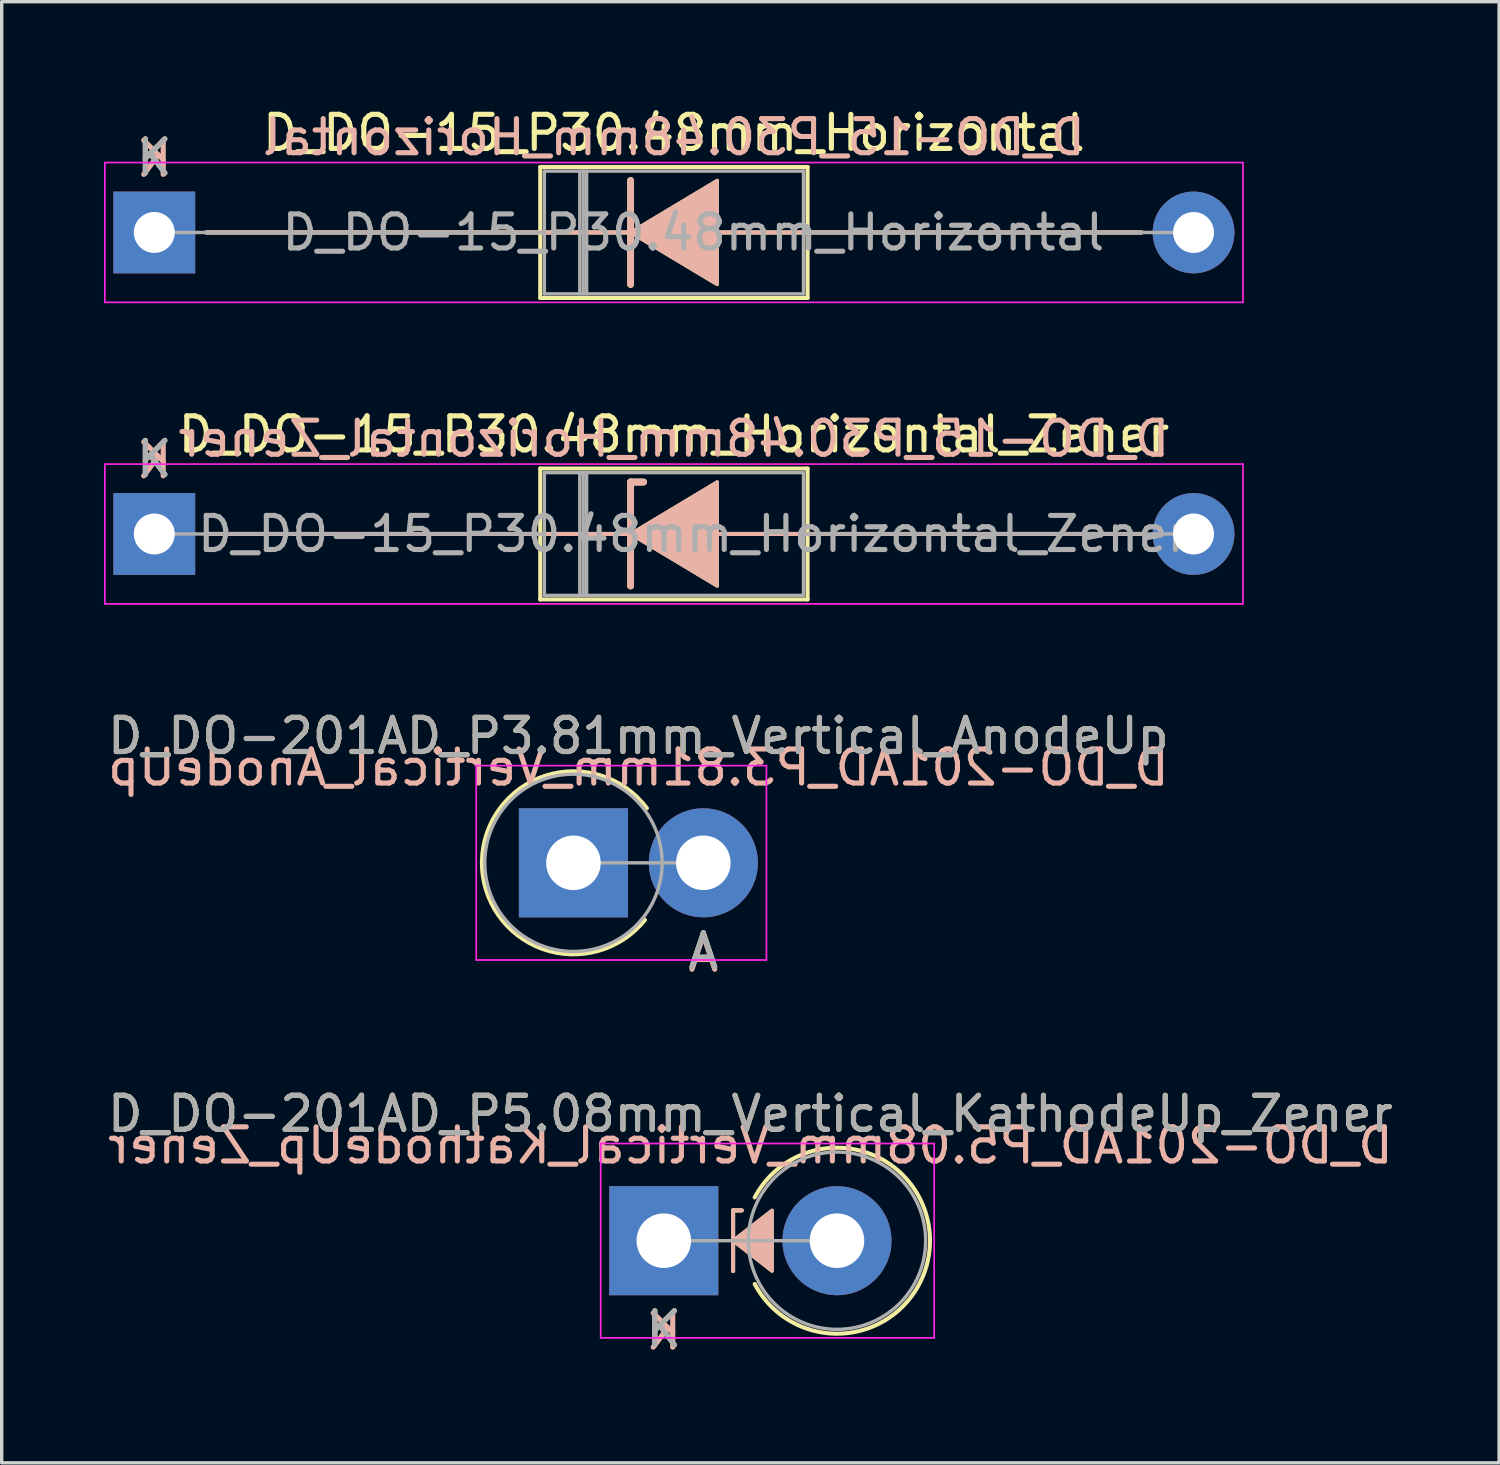
<source format=kicad_pcb>
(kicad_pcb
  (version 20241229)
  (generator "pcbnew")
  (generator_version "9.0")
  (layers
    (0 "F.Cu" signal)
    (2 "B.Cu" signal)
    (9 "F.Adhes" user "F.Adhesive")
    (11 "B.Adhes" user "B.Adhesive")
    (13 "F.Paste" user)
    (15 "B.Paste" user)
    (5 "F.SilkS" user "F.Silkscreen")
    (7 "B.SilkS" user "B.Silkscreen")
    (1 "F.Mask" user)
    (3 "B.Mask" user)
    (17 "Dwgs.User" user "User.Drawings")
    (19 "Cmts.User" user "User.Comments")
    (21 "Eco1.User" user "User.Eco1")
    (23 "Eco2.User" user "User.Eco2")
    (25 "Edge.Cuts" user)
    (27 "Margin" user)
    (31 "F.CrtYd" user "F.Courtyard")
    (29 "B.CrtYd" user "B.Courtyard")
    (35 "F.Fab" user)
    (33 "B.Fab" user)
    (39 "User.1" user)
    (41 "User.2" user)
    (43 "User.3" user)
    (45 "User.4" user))
  (footprint "D_DO-201AD_P3.81mm_Vertical_AnodeUp"
    (layer "F.Cu")
    (at 13.768 22.255)
    (property "Reference" "D_DO-201AD_P3.81mm_Vertical_AnodeUp" (at 1.905 -3.72 0) (layer "F.SilkS") (effects (font (size 1 1) (thickness 0.15))))
    (fp_arc (start 2.096636 1.675386) (mid -2.683382 -0.047582) (end 2.154716 -1.6) (stroke (width 0.12) (type solid)) (layer "F.SilkS"))
    (fp_line (start -2.85 -2.85) (end -2.85 2.85) (stroke (width 0.05) (type solid)) (layer "F.CrtYd"))
    (fp_line (start -2.85 2.85) (end 5.66 2.85) (stroke (width 0.05) (type solid)) (layer "F.CrtYd"))
    (fp_line (start 5.66 -2.85) (end -2.85 -2.85) (stroke (width 0.05) (type solid)) (layer "F.CrtYd"))
    (fp_line (start 5.66 2.85) (end 5.66 -2.85) (stroke (width 0.05) (type solid)) (layer "F.CrtYd"))
    (fp_line (start 0 0) (end 3.81 0) (stroke (width 0.1) (type solid)) (layer "F.Fab"))
    (fp_circle (center 0 0) (end 2.6 0) (stroke (width 0.1) (type solid)) (fill no) (layer "F.Fab"))
    (fp_text user "A" (at 3.81 2.6 0) (layer "F.SilkS") (effects (font (size 1 1) (thickness 0.15))))
    (fp_text user "A" (at 3.81 2.667 0) (layer "B.SilkS") (effects (font (size 1 1) (thickness 0.15)) (justify mirror)))
    (fp_text user "${REFERENCE}" (at 1.905 -2.794 0) (layer "B.SilkS") (effects (font (size 1 1) (thickness 0.15)) (justify mirror)))
    (fp_text user "A" (at 3.81 2.6 0) (layer "F.Fab") (effects (font (size 1 1) (thickness 0.15))))
    (fp_text user "${REFERENCE}" (at 1.905 -3.72 0) (layer "F.Fab") (effects (font (size 1 1) (thickness 0.15))))
    (pad "1" thru_hole rect (at 0 0) (size 3.2 3.2) (drill 1.6) (layers "*.Cu" "*.Mask"))
    (pad "2" thru_hole oval (at 3.81 0) (size 3.2 3.2) (drill 1.6) (layers "*.Cu" "*.Mask")))
  (footprint "D_DO-201AD_P5.08mm_Vertical_KathodeUp_Zener"
    (layer "F.Cu")
    (at 16.418 33.338)
    (property "Reference" "D_DO-201AD_P5.08mm_Vertical_KathodeUp_Zener" (at 2.54 -3.72 0) (layer "F.SilkS") (effects (font (size 1 1) (thickness 0.15))))
    (fp_line (start 2.032 -0.889) (end 2.286 -0.889) (stroke (width 0.12) (type solid)) (layer "F.SilkS"))
    (fp_line (start 2.032 0.889) (end 2.032 -0.889) (stroke (width 0.12) (type solid)) (layer "F.SilkS"))
    (fp_arc (start 2.667 -1.269999) (mid 7.806804 0.000001) (end 2.667 1.27) (stroke (width 0.12) (type solid)) (layer "F.SilkS"))
    (fp_poly (pts (xy 3.175 0.889) (xy 2.032 0) (xy 3.175 -0.889)) (stroke (width 0.1) (type solid)) (fill yes) (layer "F.SilkS"))
    (fp_line (start 2.032 -0.889) (end 2.032 0.889) (stroke (width 0.12) (type solid)) (layer "B.SilkS"))
    (fp_line (start 2.032 -0.889) (end 2.286 -0.889) (stroke (width 0.12) (type solid)) (layer "B.SilkS"))
    (fp_poly (pts (xy 3.175 -0.889) (xy 2.032 0) (xy 3.175 0.889)) (stroke (width 0.1) (type solid)) (fill yes) (layer "B.SilkS"))
    (fp_line (start -1.85 -2.85) (end -1.85 2.85) (stroke (width 0.05) (type solid)) (layer "F.CrtYd"))
    (fp_line (start -1.85 2.85) (end 7.93 2.85) (stroke (width 0.05) (type solid)) (layer "F.CrtYd"))
    (fp_line (start 7.93 -2.85) (end -1.85 -2.85) (stroke (width 0.05) (type solid)) (layer "F.CrtYd"))
    (fp_line (start 7.93 2.85) (end 7.93 -2.85) (stroke (width 0.05) (type solid)) (layer "F.CrtYd"))
    (fp_line (start 0 0) (end 5.08 0) (stroke (width 0.1) (type solid)) (layer "F.Fab"))
    (fp_circle (center 5.08 0) (end 7.68 0) (stroke (width 0.1) (type solid)) (fill no) (layer "F.Fab"))
    (fp_text user "K" (at 0 2.6 0) (layer "F.SilkS") (effects (font (size 1 1) (thickness 0.15))))
    (fp_text user "K" (at 0 2.667 0) (layer "B.SilkS") (effects (font (size 1 1) (thickness 0.15)) (justify mirror)))
    (fp_text user "${REFERENCE}" (at 2.54 -2.794 0) (layer "B.SilkS") (effects (font (size 1 1) (thickness 0.15)) (justify mirror)))
    (fp_text user "K" (at 0 2.6 0) (layer "F.Fab") (effects (font (size 1 1) (thickness 0.15))))
    (fp_text user "${REFERENCE}" (at 2.54 -3.72 0) (layer "F.Fab") (effects (font (size 1 1) (thickness 0.15))))
    (pad "1" thru_hole rect (at 0 0) (size 3.2 3.2) (drill 1.6) (layers "*.Cu" "*.Mask"))
    (pad "2" thru_hole oval (at 5.08 0) (size 3.2 3.2) (drill 1.6) (layers "*.Cu" "*.Mask")))
  (footprint "D_DO-15_P30.48mm_Horizontal_Zener"
    (layer "F.Cu")
    (at 1.475 12.611)
    (property "Reference" "D_DO-15_P30.48mm_Horizontal_Zener" (at 15.24 -2.92 0) (layer "F.SilkS") (effects (font (size 1 1) (thickness 0.15))))
    (fp_line (start 1.524 0) (end 11.32 0) (stroke (width 0.12) (type solid)) (layer "F.SilkS"))
    (fp_line (start 11.32 -1.92) (end 11.32 1.92) (stroke (width 0.12) (type solid)) (layer "F.SilkS"))
    (fp_line (start 11.32 1.92) (end 19.16 1.92) (stroke (width 0.12) (type solid)) (layer "F.SilkS"))
    (fp_line (start 13.97 -1.524) (end 13.97 1.524) (stroke (width 0.2) (type solid)) (layer "F.SilkS"))
    (fp_line (start 13.97 -1.524) (end 14.351 -1.524) (stroke (width 0.2) (type solid)) (layer "F.SilkS"))
    (fp_line (start 13.97 0) (end 11.32 0) (stroke (width 0.12) (type solid)) (layer "F.SilkS"))
    (fp_line (start 19.16 -1.92) (end 11.32 -1.92) (stroke (width 0.12) (type solid)) (layer "F.SilkS"))
    (fp_line (start 19.16 0) (end 16.51 0) (stroke (width 0.12) (type solid)) (layer "F.SilkS"))
    (fp_line (start 19.16 1.92) (end 19.16 -1.92) (stroke (width 0.12) (type solid)) (layer "F.SilkS"))
    (fp_line (start 28.956 0) (end 19.16 0) (stroke (width 0.12) (type solid)) (layer "F.SilkS"))
    (fp_poly (pts (xy 16.51 1.524) (xy 13.97 0) (xy 16.51 -1.524)) (stroke (width 0.1) (type solid)) (fill yes) (layer "F.SilkS"))
    (fp_line (start 1.524 0) (end 11.32 0) (stroke (width 0.12) (type solid)) (layer "B.SilkS"))
    (fp_line (start 13.97 -1.524) (end 14.351 -1.524) (stroke (width 0.2) (type solid)) (layer "B.SilkS"))
    (fp_line (start 13.97 0) (end 11.32 0) (stroke (width 0.12) (type solid)) (layer "B.SilkS"))
    (fp_line (start 13.97 1.524) (end 13.97 -1.524) (stroke (width 0.2) (type solid)) (layer "B.SilkS"))
    (fp_line (start 19.16 0) (end 16.51 0) (stroke (width 0.12) (type solid)) (layer "B.SilkS"))
    (fp_line (start 28.956 0) (end 19.16 0) (stroke (width 0.12) (type solid)) (layer "B.SilkS"))
    (fp_poly (pts (xy 16.51 -1.524) (xy 13.97 0) (xy 16.51 1.524)) (stroke (width 0.1) (type solid)) (fill yes) (layer "B.SilkS"))
    (fp_line (start -1.45 -2.05) (end -1.45 2.05) (stroke (width 0.05) (type solid)) (layer "F.CrtYd"))
    (fp_line (start -1.45 2.05) (end 31.93 2.05) (stroke (width 0.05) (type solid)) (layer "F.CrtYd"))
    (fp_line (start 31.93 -2.05) (end -1.45 -2.05) (stroke (width 0.05) (type solid)) (layer "F.CrtYd"))
    (fp_line (start 31.93 2.05) (end 31.93 -2.05) (stroke (width 0.05) (type solid)) (layer "F.CrtYd"))
    (fp_line (start 0 0) (end 11.44 0) (stroke (width 0.1) (type solid)) (layer "F.Fab"))
    (fp_line (start 11.44 -1.8) (end 11.44 1.8) (stroke (width 0.1) (type solid)) (layer "F.Fab"))
    (fp_line (start 11.44 1.8) (end 19.04 1.8) (stroke (width 0.1) (type solid)) (layer "F.Fab"))
    (fp_line (start 12.48 -1.8) (end 12.48 1.8) (stroke (width 0.1) (type solid)) (layer "F.Fab"))
    (fp_line (start 12.58 -1.8) (end 12.58 1.8) (stroke (width 0.1) (type solid)) (layer "F.Fab"))
    (fp_line (start 12.68 -1.8) (end 12.68 1.8) (stroke (width 0.1) (type solid)) (layer "F.Fab"))
    (fp_line (start 19.04 -1.8) (end 11.44 -1.8) (stroke (width 0.1) (type solid)) (layer "F.Fab"))
    (fp_line (start 19.04 1.8) (end 19.04 -1.8) (stroke (width 0.1) (type solid)) (layer "F.Fab"))
    (fp_line (start 30.48 0) (end 19.04 0) (stroke (width 0.1) (type solid)) (layer "F.Fab"))
    (fp_text user "K" (at 0 -2.2 0) (layer "F.SilkS") (effects (font (size 1 1) (thickness 0.15))))
    (fp_text user "${REFERENCE}" (at 15.24 -2.794 0) (layer "B.SilkS") (effects (font (size 1 1) (thickness 0.15)) (justify mirror)))
    (fp_text user "K" (at 0 -2.159 0) (layer "B.SilkS") (effects (font (size 1 1) (thickness 0.15)) (justify mirror)))
    (fp_text user "${REFERENCE}" (at 15.81 0 0) (layer "F.Fab") (effects (font (size 1 1) (thickness 0.15))))
    (fp_text user "K" (at 0 -2.2 0) (layer "F.Fab") (effects (font (size 1 1) (thickness 0.15))))
    (pad "1" thru_hole rect (at 0 0) (size 2.4 2.4) (drill 1.2) (layers "*.Cu" "*.Mask"))
    (pad "2" thru_hole oval (at 30.48 0) (size 2.4 2.4) (drill 1.2) (layers "*.Cu" "*.Mask")))
  (footprint "D_DO-15_P30.48mm_Horizontal"
    (layer "F.Cu")
    (at 1.475 3.768)
    (property "Reference" "D_DO-15_P30.48mm_Horizontal" (at 15.24 -2.92 0) (layer "F.SilkS") (effects (font (size 1 1) (thickness 0.15))))
    (fp_line (start 1.524 0) (end 11.32 0) (stroke (width 0.12) (type solid)) (layer "F.SilkS"))
    (fp_line (start 11.32 -1.92) (end 11.32 1.92) (stroke (width 0.12) (type solid)) (layer "F.SilkS"))
    (fp_line (start 11.32 1.92) (end 19.16 1.92) (stroke (width 0.12) (type solid)) (layer "F.SilkS"))
    (fp_line (start 13.97 -1.524) (end 13.97 1.524) (stroke (width 0.2) (type solid)) (layer "F.SilkS"))
    (fp_line (start 13.97 0) (end 11.32 0) (stroke (width 0.12) (type solid)) (layer "F.SilkS"))
    (fp_line (start 19.16 -1.92) (end 11.32 -1.92) (stroke (width 0.12) (type solid)) (layer "F.SilkS"))
    (fp_line (start 19.16 0) (end 16.51 0) (stroke (width 0.12) (type solid)) (layer "F.SilkS"))
    (fp_line (start 19.16 1.92) (end 19.16 -1.92) (stroke (width 0.12) (type solid)) (layer "F.SilkS"))
    (fp_line (start 28.956 0) (end 19.16 0) (stroke (width 0.12) (type solid)) (layer "F.SilkS"))
    (fp_poly (pts (xy 16.51 1.524) (xy 13.97 0) (xy 16.51 -1.524)) (stroke (width 0.1) (type solid)) (fill yes) (layer "F.SilkS"))
    (fp_line (start 1.524 0) (end 11.32 0) (stroke (width 0.12) (type solid)) (layer "B.SilkS"))
    (fp_line (start 13.97 0) (end 11.32 0) (stroke (width 0.12) (type solid)) (layer "B.SilkS"))
    (fp_line (start 13.97 1.524) (end 13.97 -1.524) (stroke (width 0.2) (type solid)) (layer "B.SilkS"))
    (fp_line (start 19.16 0) (end 16.51 0) (stroke (width 0.12) (type solid)) (layer "B.SilkS"))
    (fp_line (start 28.956 0) (end 19.16 0) (stroke (width 0.12) (type solid)) (layer "B.SilkS"))
    (fp_poly (pts (xy 16.51 -1.524) (xy 13.97 0) (xy 16.51 1.524)) (stroke (width 0.1) (type solid)) (fill yes) (layer "B.SilkS"))
    (fp_line (start -1.45 -2.05) (end -1.45 2.05) (stroke (width 0.05) (type solid)) (layer "F.CrtYd"))
    (fp_line (start -1.45 2.05) (end 31.93 2.05) (stroke (width 0.05) (type solid)) (layer "F.CrtYd"))
    (fp_line (start 31.93 -2.05) (end -1.45 -2.05) (stroke (width 0.05) (type solid)) (layer "F.CrtYd"))
    (fp_line (start 31.93 2.05) (end 31.93 -2.05) (stroke (width 0.05) (type solid)) (layer "F.CrtYd"))
    (fp_line (start 0 0) (end 11.44 0) (stroke (width 0.1) (type solid)) (layer "F.Fab"))
    (fp_line (start 11.44 -1.8) (end 11.44 1.8) (stroke (width 0.1) (type solid)) (layer "F.Fab"))
    (fp_line (start 11.44 1.8) (end 19.04 1.8) (stroke (width 0.1) (type solid)) (layer "F.Fab"))
    (fp_line (start 12.48 -1.8) (end 12.48 1.8) (stroke (width 0.1) (type solid)) (layer "F.Fab"))
    (fp_line (start 12.58 -1.8) (end 12.58 1.8) (stroke (width 0.1) (type solid)) (layer "F.Fab"))
    (fp_line (start 12.68 -1.8) (end 12.68 1.8) (stroke (width 0.1) (type solid)) (layer "F.Fab"))
    (fp_line (start 19.04 -1.8) (end 11.44 -1.8) (stroke (width 0.1) (type solid)) (layer "F.Fab"))
    (fp_line (start 19.04 1.8) (end 19.04 -1.8) (stroke (width 0.1) (type solid)) (layer "F.Fab"))
    (fp_line (start 30.48 0) (end 19.04 0) (stroke (width 0.1) (type solid)) (layer "F.Fab"))
    (fp_text user "K" (at 0 -2.2 0) (layer "F.SilkS") (effects (font (size 1 1) (thickness 0.15))))
    (fp_text user "K" (at 0 -2.159 0) (layer "B.SilkS") (effects (font (size 1 1) (thickness 0.15)) (justify mirror)))
    (fp_text user "${REFERENCE}" (at 15.24 -2.794 0) (layer "B.SilkS") (effects (font (size 1 1) (thickness 0.15)) (justify mirror)))
    (fp_text user "${REFERENCE}" (at 15.81 0 0) (layer "F.Fab") (effects (font (size 1 1) (thickness 0.15))))
    (fp_text user "K" (at 0 -2.2 0) (layer "F.Fab") (effects (font (size 1 1) (thickness 0.15))))
    (pad "1" thru_hole rect (at 0 0) (size 2.4 2.4) (drill 1.2) (layers "*.Cu" "*.Mask"))
    (pad "2" thru_hole oval (at 30.48 0) (size 2.4 2.4) (drill 1.2) (layers "*.Cu" "*.Mask")))
  (gr_rect
    (start -3 -3)
    (end 40.917 39.853)
    (stroke (width 0.1) (type default))
    (fill no)
    (layer "Edge.Cuts")))
</source>
